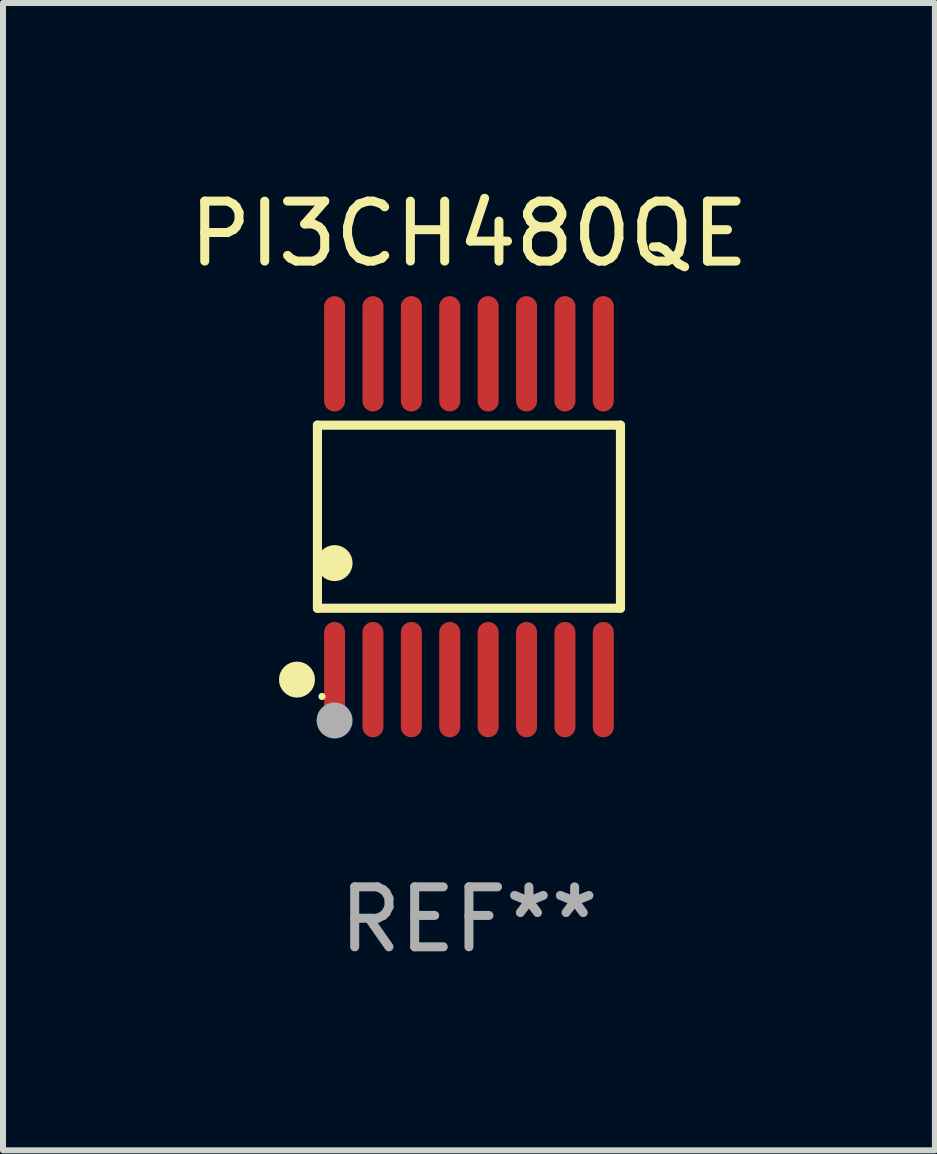
<source format=kicad_pcb>
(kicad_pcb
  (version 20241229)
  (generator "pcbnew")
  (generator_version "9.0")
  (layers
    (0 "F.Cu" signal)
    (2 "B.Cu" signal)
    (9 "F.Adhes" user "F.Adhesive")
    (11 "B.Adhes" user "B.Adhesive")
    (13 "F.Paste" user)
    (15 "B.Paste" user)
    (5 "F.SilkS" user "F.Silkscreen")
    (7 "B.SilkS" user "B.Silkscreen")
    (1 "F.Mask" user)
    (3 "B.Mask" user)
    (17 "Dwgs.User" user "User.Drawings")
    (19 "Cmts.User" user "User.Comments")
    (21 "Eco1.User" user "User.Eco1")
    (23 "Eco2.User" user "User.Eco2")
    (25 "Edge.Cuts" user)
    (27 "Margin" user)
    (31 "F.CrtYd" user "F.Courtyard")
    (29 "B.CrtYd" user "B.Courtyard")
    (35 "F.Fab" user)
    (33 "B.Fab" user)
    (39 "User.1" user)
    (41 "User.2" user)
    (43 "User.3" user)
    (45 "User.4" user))
  (footprint "PI3CH480QE"
    (layer "F.Cu")
    (at 4.768 5.564)
    (property "Reference" "PI3CH480QE" (at 0 -4.716 0) (layer "F.SilkS") (effects (font (size 1 1) (thickness 0.15))))
    (attr through_hole)
    (fp_line (start -2.526 -1.526) (end 2.526 -1.526) (stroke (width 0.152) (type solid)) (layer "F.SilkS"))
    (fp_line (start -2.526 1.526) (end -2.526 -1.526) (stroke (width 0.152) (type solid)) (layer "F.SilkS"))
    (fp_line (start 2.526 -1.526) (end 2.526 1.526) (stroke (width 0.152) (type solid)) (layer "F.SilkS"))
    (fp_line (start 2.526 1.526) (end -2.526 1.526) (stroke (width 0.152) (type solid)) (layer "F.SilkS"))
    (fp_circle (center -2.867 2.716) (end -2.717 2.716) (stroke (width 0.3) (type solid)) (fill no) (layer "F.SilkS"))
    (fp_circle (center -2.45 2.997) (end -2.42 2.997) (stroke (width 0.06) (type solid)) (fill no) (layer "F.SilkS"))
    (fp_circle (center -2.24 0.774) (end -2.09 0.774) (stroke (width 0.3) (type solid)) (fill no) (layer "F.SilkS"))
    (fp_circle (center -2.24 3.398) (end -2.09 3.398) (stroke (width 0.3) (type solid)) (fill no) (layer "F.Fab"))
    (fp_text user "REF**" (at 0 6.716 0) (layer "F.Fab") (effects (font (size 1 1) (thickness 0.15))))
    (pad "1" smd oval (at -2.24 2.716) (size 0.35 1.922) (layers "F.Cu" "F.Mask" "F.Paste"))
    (pad "2" smd oval (at -1.6 2.716) (size 0.35 1.922) (layers "F.Cu" "F.Mask" "F.Paste"))
    (pad "3" smd oval (at -0.96 2.716) (size 0.35 1.922) (layers "F.Cu" "F.Mask" "F.Paste"))
    (pad "4" smd oval (at -0.32 2.716) (size 0.35 1.922) (layers "F.Cu" "F.Mask" "F.Paste"))
    (pad "5" smd oval (at 0.32 2.716) (size 0.35 1.922) (layers "F.Cu" "F.Mask" "F.Paste"))
    (pad "6" smd oval (at 0.96 2.716) (size 0.35 1.922) (layers "F.Cu" "F.Mask" "F.Paste"))
    (pad "7" smd oval (at 1.6 2.716) (size 0.35 1.922) (layers "F.Cu" "F.Mask" "F.Paste"))
    (pad "8" smd oval (at 2.24 2.716) (size 0.35 1.922) (layers "F.Cu" "F.Mask" "F.Paste"))
    (pad "9" smd oval (at 2.24 -2.716) (size 0.35 1.922) (layers "F.Cu" "F.Mask" "F.Paste"))
    (pad "10" smd oval (at 1.6 -2.716) (size 0.35 1.922) (layers "F.Cu" "F.Mask" "F.Paste"))
    (pad "11" smd oval (at 0.96 -2.716) (size 0.35 1.922) (layers "F.Cu" "F.Mask" "F.Paste"))
    (pad "12" smd oval (at 0.32 -2.716) (size 0.35 1.922) (layers "F.Cu" "F.Mask" "F.Paste"))
    (pad "13" smd oval (at -0.32 -2.716) (size 0.35 1.922) (layers "F.Cu" "F.Mask" "F.Paste"))
    (pad "14" smd oval (at -0.96 -2.716) (size 0.35 1.922) (layers "F.Cu" "F.Mask" "F.Paste"))
    (pad "15" smd oval (at -1.6 -2.716) (size 0.35 1.922) (layers "F.Cu" "F.Mask" "F.Paste"))
    (pad "16" smd oval (at -2.24 -2.716) (size 0.35 1.922) (layers "F.Cu" "F.Mask" "F.Paste")))
  (gr_rect
    (start -3 -3)
    (end 12.536 16.128)
    (stroke (width 0.1) (type default))
    (fill no)
    (layer "Edge.Cuts")))
</source>
